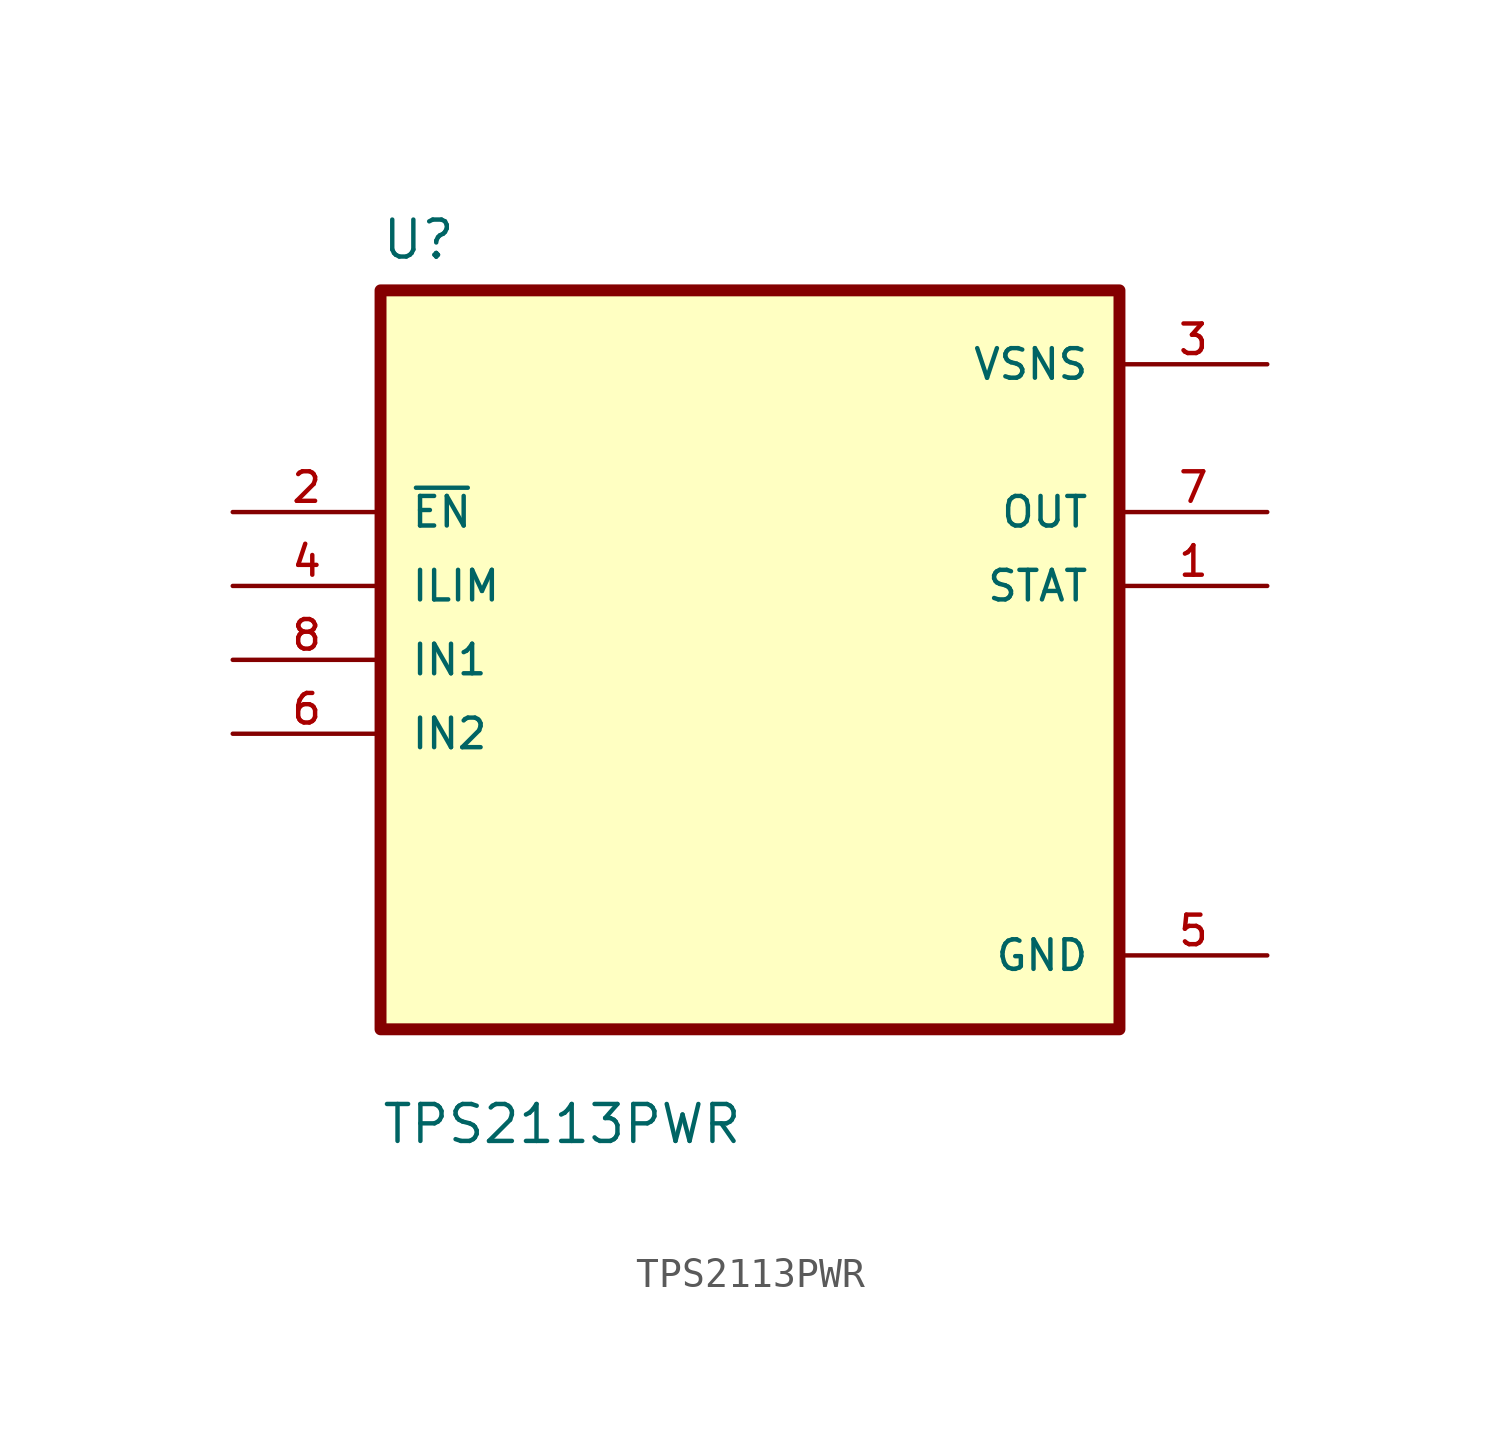
<source format=kicad_sym>
(kicad_symbol_lib
  (version 20211014)
  (generator kicad_symbol_editor)
  (symbol "TPS2113PWR"
    (pin_names
      (offset 1.016))
    (property "Reference" "U"
      (at -12.7 13.7 0.0)
      (effects (font (size 1.27 1.27)) (justify bottom left)))
    (property "Value" "TPS2113PWR"
      (at -12.7 -16.7 0.0)
      (effects (font (size 1.27 1.27)) (justify bottom left)))
    (symbol "TPS2113PWR_0_0"
      (rectangle (start -12.7 -12.7) (end 12.7 12.7) (stroke (width 0.41)) (fill (type background)))
      (pin input line (at -17.78 5.08 0) (length 5.08) (name "~{EN}" (effects (font (size 1.016 1.016)))) (number "2" (effects (font (size 1.016 1.016)))))
      (pin input line (at -17.78 2.54 0) (length 5.08) (name "ILIM" (effects (font (size 1.016 1.016)))) (number "4" (effects (font (size 1.016 1.016)))))
      (pin input line (at -17.78 -8.88178e-16 0) (length 5.08) (name "IN1" (effects (font (size 1.016 1.016)))) (number "8" (effects (font (size 1.016 1.016)))))
      (pin input line (at -17.78 -2.54 0) (length 5.08) (name "IN2" (effects (font (size 1.016 1.016)))) (number "6" (effects (font (size 1.016 1.016)))))
      (pin power_in line (at 17.78 10.16 180.0) (length 5.08) (name "VSNS" (effects (font (size 1.016 1.016)))) (number "3" (effects (font (size 1.016 1.016)))))
      (pin output line (at 17.78 5.08 180.0) (length 5.08) (name "OUT" (effects (font (size 1.016 1.016)))) (number "7" (effects (font (size 1.016 1.016)))))
      (pin output line (at 17.78 2.54 180.0) (length 5.08) (name "STAT" (effects (font (size 1.016 1.016)))) (number "1" (effects (font (size 1.016 1.016)))))
      (pin power_in line (at 17.78 -10.16 180.0) (length 5.08) (name "GND" (effects (font (size 1.016 1.016)))) (number "5" (effects (font (size 1.016 1.016))))))))
</source>
